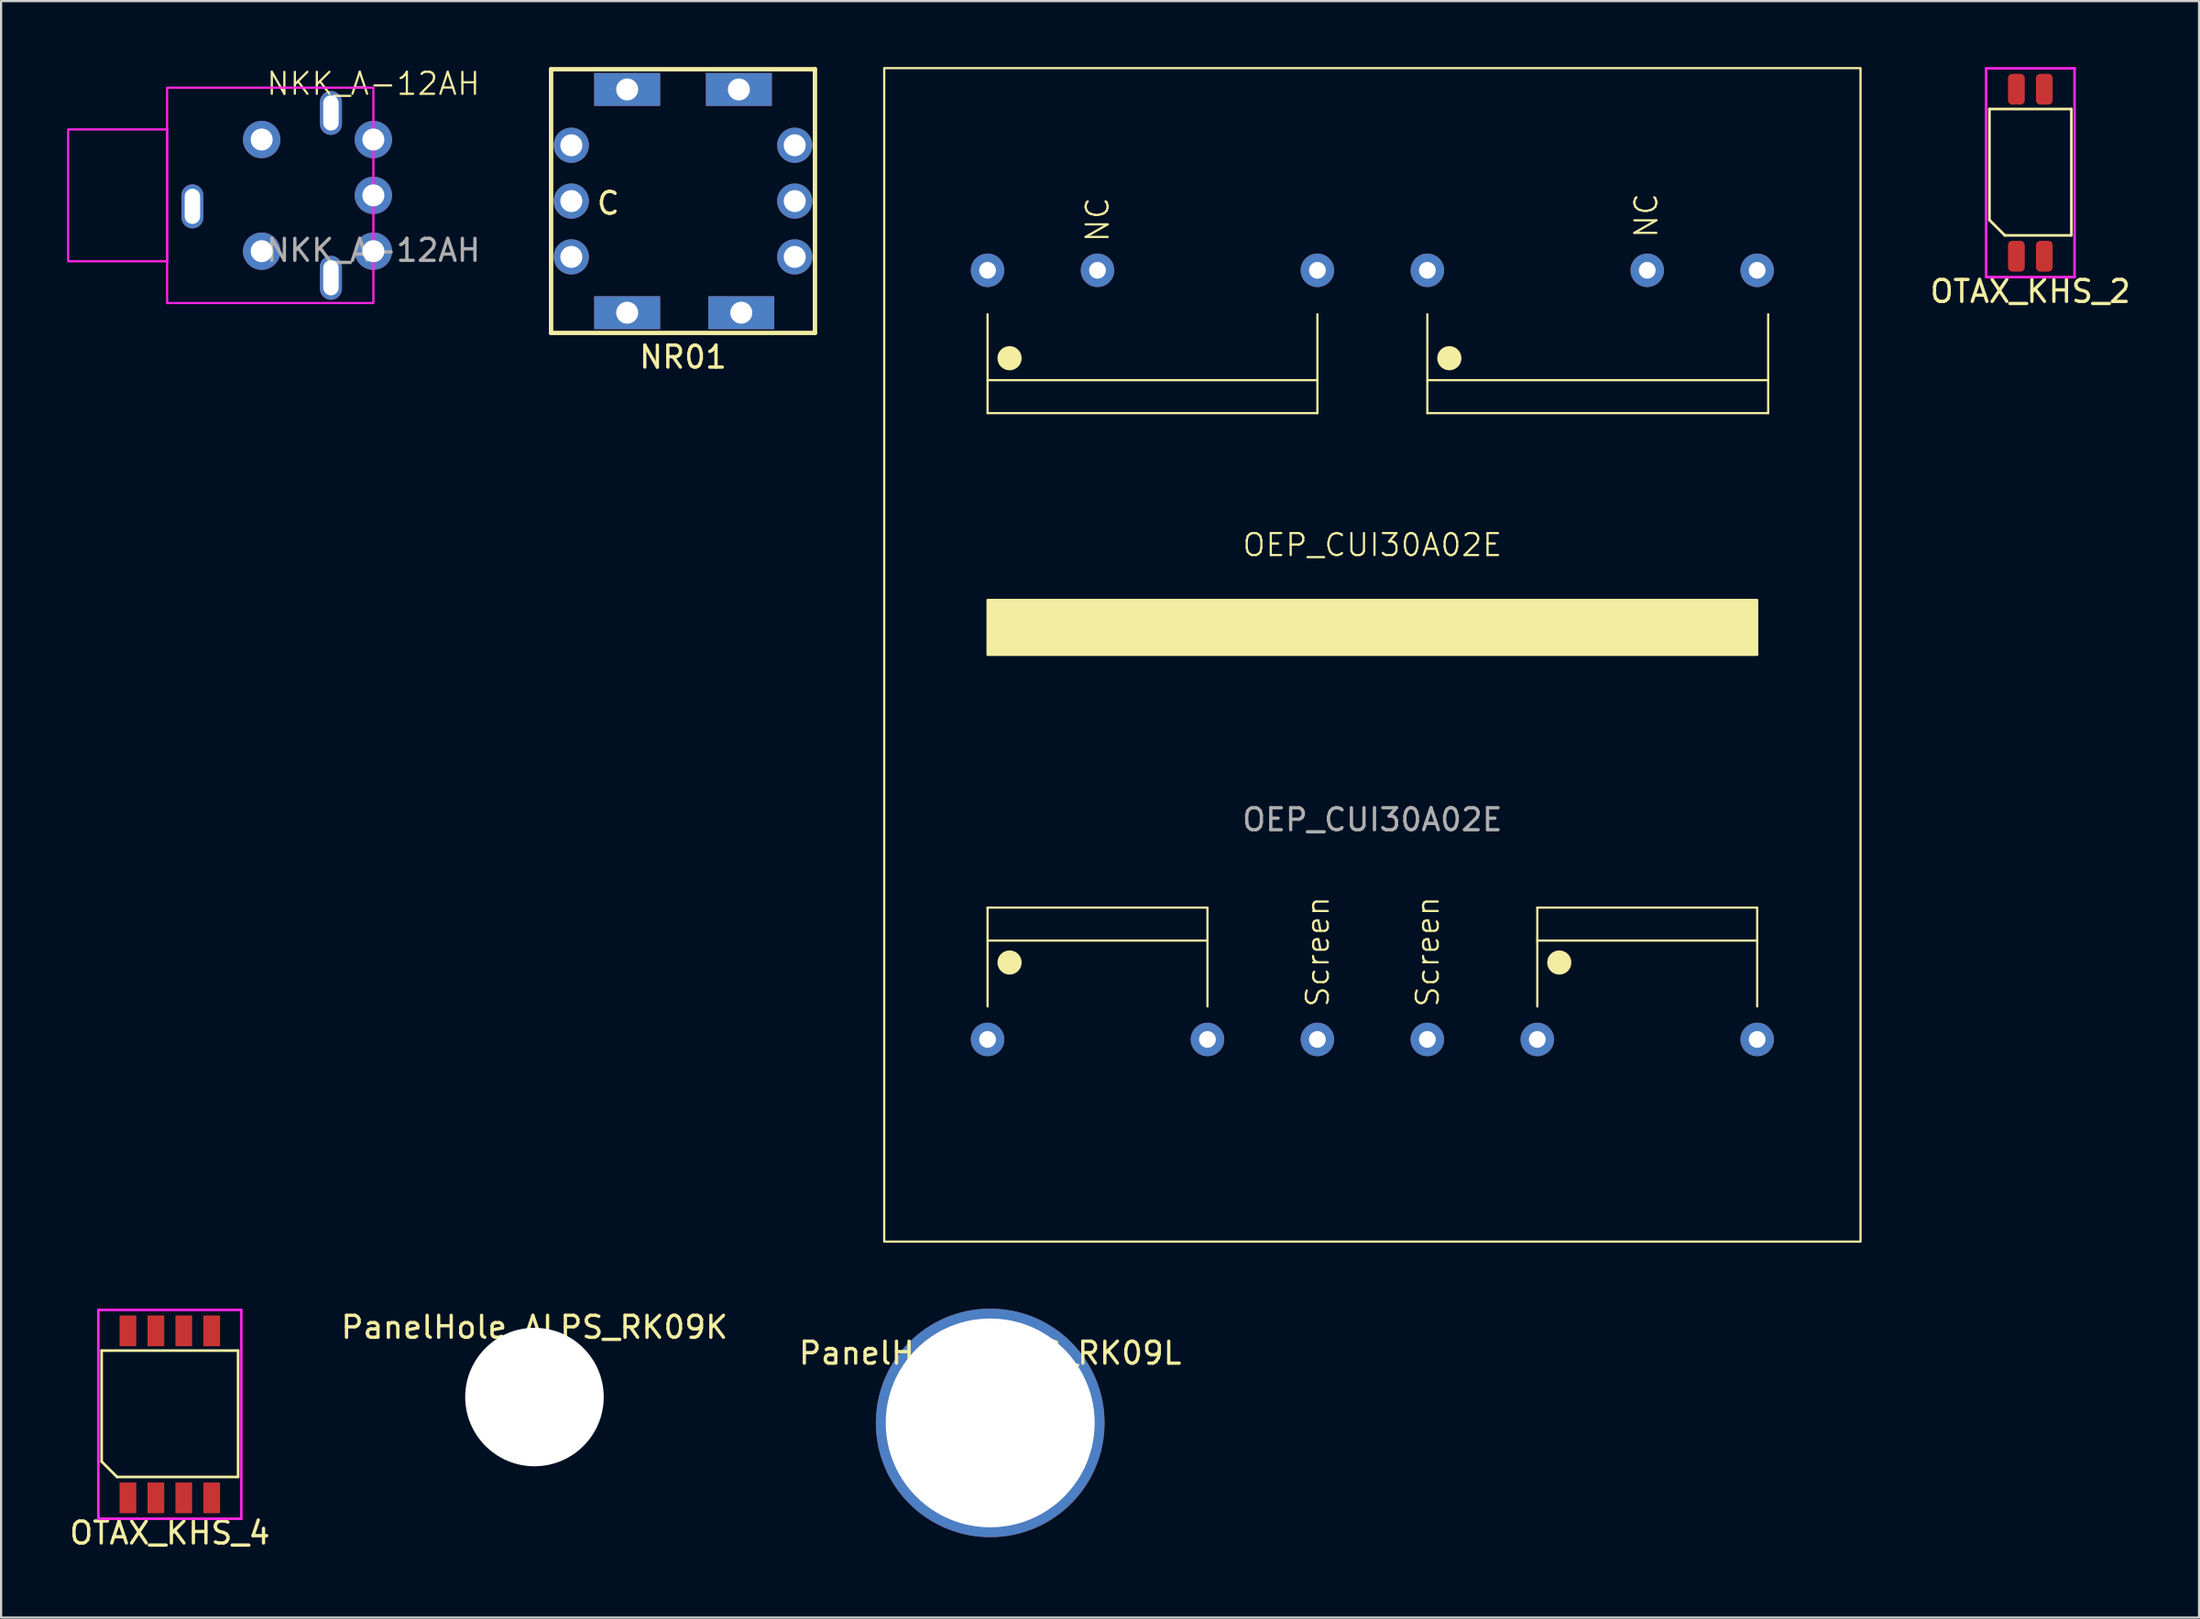
<source format=kicad_pcb>
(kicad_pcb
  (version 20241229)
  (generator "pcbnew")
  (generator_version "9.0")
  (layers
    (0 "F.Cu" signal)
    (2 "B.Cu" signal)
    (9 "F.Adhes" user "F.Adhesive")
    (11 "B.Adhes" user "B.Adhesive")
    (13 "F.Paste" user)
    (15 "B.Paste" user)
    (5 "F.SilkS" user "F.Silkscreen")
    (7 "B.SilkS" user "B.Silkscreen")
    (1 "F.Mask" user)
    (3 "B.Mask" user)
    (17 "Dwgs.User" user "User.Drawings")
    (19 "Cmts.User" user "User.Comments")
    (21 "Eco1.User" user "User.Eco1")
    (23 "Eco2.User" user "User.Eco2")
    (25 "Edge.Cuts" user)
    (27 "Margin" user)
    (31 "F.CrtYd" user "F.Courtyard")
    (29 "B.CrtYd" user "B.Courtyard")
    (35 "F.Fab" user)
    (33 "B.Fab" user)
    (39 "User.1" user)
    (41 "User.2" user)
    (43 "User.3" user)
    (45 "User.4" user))
  (footprint "OEP_CUI30A02E"
    (layer "F.Cu")
    (at 59.362 26.75)
    (property "Reference" "OEP_CUI30A02E" (at 0 -5 0) (unlocked yes) (layer "F.SilkS") (effects (font (size 1 1) (thickness 0.1))))
    (attr through_hole)
    (fp_line (start -17.5 -11) (end -17.5 -15.5) (stroke (width 0.1) (type solid)) (layer "F.SilkS"))
    (fp_line (start -17.5 11.5) (end -7.5 11.5) (stroke (width 0.1) (type solid)) (layer "F.SilkS"))
    (fp_line (start -17.5 13) (end -7.5 13) (stroke (width 0.1) (type solid)) (layer "F.SilkS"))
    (fp_line (start -17.5 16) (end -17.5 11.5) (stroke (width 0.1) (type solid)) (layer "F.SilkS"))
    (fp_line (start -7.5 11.5) (end -7.5 16) (stroke (width 0.1) (type solid)) (layer "F.SilkS"))
    (fp_line (start -2.5 -15.5) (end -2.5 -11) (stroke (width 0.1) (type solid)) (layer "F.SilkS"))
    (fp_line (start -2.5 -12.5) (end -17.5 -12.5) (stroke (width 0.1) (type solid)) (layer "F.SilkS"))
    (fp_line (start -2.5 -11) (end -17.5 -11) (stroke (width 0.1) (type solid)) (layer "F.SilkS"))
    (fp_line (start 2.5 -15.5) (end 2.5 -11) (stroke (width 0.1) (type solid)) (layer "F.SilkS"))
    (fp_line (start 2.5 -12.5) (end 18 -12.5) (stroke (width 0.1) (type solid)) (layer "F.SilkS"))
    (fp_line (start 2.5 -11) (end 18 -11) (stroke (width 0.1) (type solid)) (layer "F.SilkS"))
    (fp_line (start 7.5 11.5) (end 17.5 11.5) (stroke (width 0.1) (type solid)) (layer "F.SilkS"))
    (fp_line (start 7.5 13) (end 17.5 13) (stroke (width 0.1) (type solid)) (layer "F.SilkS"))
    (fp_line (start 7.5 16) (end 7.5 11.5) (stroke (width 0.1) (type solid)) (layer "F.SilkS"))
    (fp_line (start 17.5 11.5) (end 17.5 16) (stroke (width 0.1) (type solid)) (layer "F.SilkS"))
    (fp_line (start 18 -11) (end 18 -15.5) (stroke (width 0.1) (type solid)) (layer "F.SilkS"))
    (fp_rect (start -22.2 -26.7) (end 22.2 26.7) (stroke (width 0.1) (type default)) (fill no) (layer "F.SilkS"))
    (fp_rect (start -17.5 -2.5) (end 17.5 0) (stroke (width 0.1) (type solid)) (fill yes) (layer "F.SilkS"))
    (fp_circle (center -16.5 -13.5) (end -16 -13.5) (stroke (width 0.1) (type solid)) (fill yes) (layer "F.SilkS"))
    (fp_circle (center -16.5 14) (end -16 14) (stroke (width 0.1) (type solid)) (fill yes) (layer "F.SilkS"))
    (fp_circle (center 3.5 -13.5) (end 4 -13.5) (stroke (width 0.1) (type solid)) (fill yes) (layer "F.SilkS"))
    (fp_circle (center 8.5 14) (end 9 14) (stroke (width 0.1) (type solid)) (fill yes) (layer "F.SilkS"))
    (fp_text user "NC" (at -11.912 -18.715 90) (unlocked yes) (layer "F.SilkS") (effects (font (size 1 1) (thickness 0.1)) (justify left bottom)))
    (fp_text user "Screen" (at -1.9 16.1 90) (unlocked yes) (layer "F.SilkS") (effects (font (size 1 1) (thickness 0.1)) (justify left bottom)))
    (fp_text user "NC" (at 13.042 -18.9 90) (unlocked yes) (layer "F.SilkS") (effects (font (size 1 1) (thickness 0.1)) (justify left bottom)))
    (fp_text user "Screen" (at 3.1 16.1 90) (unlocked yes) (layer "F.SilkS") (effects (font (size 1 1) (thickness 0.1)) (justify left bottom)))
    (fp_text user "${REFERENCE}" (at 0 7.5 0) (unlocked yes) (layer "F.Fab") (effects (font (size 1 1) (thickness 0.15))))
    (pad "1" thru_hole circle (at -17.5 17.5) (size 1.524 1.524) (drill 0.762) (layers "*.Cu" "*.Mask"))
    (pad "3" thru_hole circle (at -7.5 17.5) (size 1.524 1.524) (drill 0.762) (layers "*.Cu" "*.Mask"))
    (pad "4" thru_hole circle (at -2.5 17.5) (size 1.524 1.524) (drill 0.762) (layers "*.Cu" "*.Mask"))
    (pad "5" thru_hole circle (at 2.5 17.5) (size 1.524 1.524) (drill 0.762) (layers "*.Cu" "*.Mask"))
    (pad "6" thru_hole circle (at 7.5 17.5) (size 1.524 1.524) (drill 0.762) (layers "*.Cu" "*.Mask"))
    (pad "8" thru_hole circle (at 17.5 17.5) (size 1.524 1.524) (drill 0.762) (layers "*.Cu" "*.Mask"))
    (pad "9" thru_hole circle (at 17.5 -17.5) (size 1.524 1.524) (drill 0.762) (layers "*.Cu" "*.Mask"))
    (pad "10" thru_hole circle (at 12.5 -17.5) (size 1.524 1.524) (drill 0.762) (layers "*.Cu" "*.Mask"))
    (pad "12" thru_hole circle (at 2.5 -17.5) (size 1.524 1.524) (drill 0.762) (layers "*.Cu" "*.Mask"))
    (pad "13" thru_hole circle (at -2.5 -17.5) (size 1.524 1.524) (drill 0.762) (layers "*.Cu" "*.Mask"))
    (pad "15" thru_hole circle (at -12.5 -17.5) (size 1.524 1.524) (drill 0.762) (layers "*.Cu" "*.Mask"))
    (pad "16" thru_hole circle (at -17.5 -17.5) (size 1.524 1.524) (drill 0.762) (layers "*.Cu" "*.Mask")))
  (footprint "NR01"
    (layer "F.Cu")
    (at 28.012 6.1)
    (property "Reference" "NR01" (at 0 7.1 0) (layer "F.SilkS") (effects (font (size 1 1) (thickness 0.15))))
    (attr through_hole)
    (fp_line (start -6 -6) (end -6 6) (stroke (width 0.2) (type solid)) (layer "F.SilkS"))
    (fp_line (start -6 6) (end 6 6) (stroke (width 0.2) (type solid)) (layer "F.SilkS"))
    (fp_line (start 6 -6) (end -6 -6) (stroke (width 0.2) (type solid)) (layer "F.SilkS"))
    (fp_line (start 6 6) (end 6 -6) (stroke (width 0.2) (type solid)) (layer "F.SilkS"))
    (fp_text user "C" (at -3.4 0.1 0) (layer "F.SilkS") (effects (font (size 1 1) (thickness 0.15))))
    (pad "" thru_hole rect (at -2.54 -5.08) (size 3 1.5) (drill 1) (layers "*.Cu" "*.Mask"))
    (pad "" thru_hole rect (at -2.54 5.08) (size 3 1.5) (drill 1) (layers "*.Cu" "*.Mask"))
    (pad "" thru_hole rect (at 2.54 -5.08) (size 3 1.5) (drill 1) (layers "*.Cu" "*.Mask"))
    (pad "" thru_hole rect (at 2.65 5.08) (size 3 1.5) (drill 1) (layers "*.Cu" "*.Mask"))
    (pad "1" thru_hole circle (at -5.08 -2.54) (size 1.6 1.6) (drill 1) (layers "*.Cu" "*.Mask"))
    (pad "2" thru_hole circle (at 5.08 -2.54) (size 1.6 1.6) (drill 1) (layers "*.Cu" "*.Mask"))
    (pad "3" thru_hole circle (at -5.08 0) (size 1.6 1.6) (drill 1) (layers "*.Cu" "*.Mask"))
    (pad "4" thru_hole circle (at 5.08 0) (size 1.6 1.6) (drill 1) (layers "*.Cu" "*.Mask"))
    (pad "5" thru_hole circle (at -5.08 2.54) (size 1.6 1.6) (drill 1) (layers "*.Cu" "*.Mask"))
    (pad "6" thru_hole circle (at 5.08 2.54) (size 1.6 1.6) (drill 1) (layers "*.Cu" "*.Mask")))
  (footprint "PanelHole_ALPS_RK09L"
    (layer "F.Cu")
    (at 41.982 61.7)
    (property "Reference" "PanelHole_ALPS_RK09L" (at 0 -3.175 0) (layer "F.SilkS") (effects (font (size 1 1) (thickness 0.15))))
    (attr through_hole)
    (fp_circle (center 0 0) (end 2.159 0) (stroke (width 0.05) (type solid)) (fill no) (layer "F.CrtYd"))
    (pad "1" thru_hole circle (at 0 0) (size 10.4 10.4) (drill 9.5) (layers "*.Cu" "*.Mask")))
  (footprint "OTAX_KHS_2"
    (layer "F.Cu")
    (at 89.285 4.81)
    (property "Reference" "OTAX_KHS_2" (at 0 5.4 0) (layer "F.SilkS") (effects (font (size 1 1) (thickness 0.15))))
    (attr smd)
    (fp_line (start -1.86 -2.9) (end -1.86 2.15) (stroke (width 0.12) (type solid)) (layer "F.SilkS"))
    (fp_line (start -1.86 -2.9) (end 1.86 -2.9) (stroke (width 0.12) (type solid)) (layer "F.SilkS"))
    (fp_line (start -1.86 2.15) (end -1.16 2.85) (stroke (width 0.12) (type solid)) (layer "F.SilkS"))
    (fp_line (start -1.16 2.85) (end 1.86 2.85) (stroke (width 0.12) (type solid)) (layer "F.SilkS"))
    (fp_line (start 1.865 -2.9) (end 1.865 2.85) (stroke (width 0.12) (type solid)) (layer "F.SilkS"))
    (fp_line (start -2.01 -4.75) (end -2.01 4.75) (stroke (width 0.12) (type solid)) (layer "F.CrtYd"))
    (fp_line (start -2.01 -4.75) (end 2.01 -4.75) (stroke (width 0.12) (type solid)) (layer "F.CrtYd"))
    (fp_line (start -2.01 4.75) (end 2.01 4.75) (stroke (width 0.12) (type solid)) (layer "F.CrtYd"))
    (fp_line (start 2.01 -4.75) (end 2.01 4.75) (stroke (width 0.12) (type solid)) (layer "F.CrtYd"))
    (pad "1" smd roundrect (at -0.635 3.8) (size 0.76 1.4) (layers "F.Cu" "F.Mask" "F.Paste") (roundrect_rratio 0.25))
    (pad "2" smd roundrect (at 0.635 3.8) (size 0.76 1.4) (layers "F.Cu" "F.Mask" "F.Paste") (roundrect_rratio 0.25))
    (pad "3" smd roundrect (at 0.635 -3.8) (size 0.76 1.4) (layers "F.Cu" "F.Mask" "F.Paste") (roundrect_rratio 0.25))
    (pad "4" smd roundrect (at -0.635 -3.8) (size 0.76 1.4) (layers "F.Cu" "F.Mask" "F.Paste") (roundrect_rratio 0.25)))
  (footprint "OTAX_KHS_4"
    (layer "F.Cu")
    (at 4.673 61.31)
    (property "Reference" "OTAX_KHS_4" (at 0 5.4 0) (layer "F.SilkS") (effects (font (size 1 1) (thickness 0.15))))
    (attr smd)
    (fp_line (start -3.1 -2.9) (end -3.1 2.15) (stroke (width 0.12) (type solid)) (layer "F.SilkS"))
    (fp_line (start -3.1 -2.9) (end 3.1 -2.9) (stroke (width 0.12) (type solid)) (layer "F.SilkS"))
    (fp_line (start -3.1 2.15) (end -2.4 2.85) (stroke (width 0.12) (type solid)) (layer "F.SilkS"))
    (fp_line (start -2.4 2.85) (end 3.1 2.85) (stroke (width 0.12) (type solid)) (layer "F.SilkS"))
    (fp_line (start 3.105 -2.9) (end 3.105 2.85) (stroke (width 0.12) (type solid)) (layer "F.SilkS"))
    (fp_line (start -3.25 -4.75) (end -3.25 4.75) (stroke (width 0.12) (type solid)) (layer "F.CrtYd"))
    (fp_line (start -3.25 -4.75) (end 3.25 -4.75) (stroke (width 0.12) (type solid)) (layer "F.CrtYd"))
    (fp_line (start -3.25 4.75) (end 3.25 4.75) (stroke (width 0.12) (type solid)) (layer "F.CrtYd"))
    (fp_line (start 3.25 -4.75) (end 3.25 4.75) (stroke (width 0.12) (type solid)) (layer "F.CrtYd"))
    (pad "1" smd rect (at -1.905 3.8) (size 0.76 1.4) (layers "F.Cu" "F.Mask" "F.Paste"))
    (pad "2" smd rect (at -0.635 3.8) (size 0.76 1.4) (layers "F.Cu" "F.Mask" "F.Paste"))
    (pad "3" smd rect (at 0.635 3.8) (size 0.76 1.4) (layers "F.Cu" "F.Mask" "F.Paste"))
    (pad "4" smd rect (at 1.905 3.8) (size 0.76 1.4) (layers "F.Cu" "F.Mask" "F.Paste"))
    (pad "5" smd rect (at 1.905 -3.8) (size 0.76 1.4) (layers "F.Cu" "F.Mask" "F.Paste"))
    (pad "6" smd rect (at 0.635 -3.8) (size 0.76 1.4) (layers "F.Cu" "F.Mask" "F.Paste"))
    (pad "7" smd rect (at -0.635 -3.8) (size 0.76 1.4) (layers "F.Cu" "F.Mask" "F.Paste"))
    (pad "8" smd rect (at -1.905 -3.8) (size 0.76 1.4) (layers "F.Cu" "F.Mask" "F.Paste")))
  (footprint "NKK_A-12AH"
    (layer "F.Cu")
    (at 13.93 5.84)
    (property "Reference" "NKK_A-12AH" (at 0 -5.08 0) (unlocked yes) (layer "F.SilkS") (effects (font (size 1 1) (thickness 0.1))))
    (attr smd)
    (fp_rect (start -13.88 -3) (end -9.38 3) (stroke (width 0.1) (type default)) (fill no) (layer "F.CrtYd"))
    (fp_rect (start -9.38 -4.9) (end 0 4.9) (stroke (width 0.1) (type default)) (fill no) (layer "F.CrtYd"))
    (fp_text user "${REFERENCE}" (at 0 2.5 0) (unlocked yes) (layer "F.Fab") (effects (font (size 1 1) (thickness 0.15))))
    (pad "" np_thru_hole oval (at -8.23 0.5 90) (size 2 1) (drill oval 1.6 0.7) (layers "*.Cu" "*.Mask"))
    (pad "" np_thru_hole circle (at -5.08 -2.54 90) (size 1.7 1.7) (drill 1) (layers "*.Cu" "*.Mask"))
    (pad "" np_thru_hole circle (at -5.08 2.54 90) (size 1.7 1.7) (drill 1) (layers "*.Cu" "*.Mask"))
    (pad "" np_thru_hole oval (at -1.93 -3.75 90) (size 2 1) (drill oval 1.6 0.7) (layers "*.Cu" "*.Mask"))
    (pad "" np_thru_hole oval (at -1.93 3.75 90) (size 2 1) (drill oval 1.6 0.7) (layers "*.Cu" "*.Mask"))
    (pad "1" thru_hole circle (at 0 -2.54 90) (size 1.7 1.7) (drill 1) (layers "*.Cu" "*.Mask"))
    (pad "2" thru_hole circle (at 0 0 90) (size 1.7 1.7) (drill 1) (layers "*.Cu" "*.Mask"))
    (pad "3" thru_hole circle (at 0 2.54 90) (size 1.7 1.7) (drill 1) (layers "*.Cu" "*.Mask")))
  (footprint "PanelHole_ALPS_RK09K"
    (layer "F.Cu")
    (at 21.256 60.523)
    (property "Reference" "PanelHole_ALPS_RK09K" (at 0 -3.175 0) (layer "F.SilkS") (effects (font (size 1 1) (thickness 0.15))))
    (attr through_hole)
    (fp_circle (center 0 0) (end 2.159 0) (stroke (width 0.05) (type solid)) (fill no) (layer "F.CrtYd"))
    (pad "" np_thru_hole circle (at 0 0) (size 6.3 6.3) (drill 6.3) (layers "*.Cu" "*.Mask")))
  (gr_rect
    (start -3 -3)
    (end 96.957 70.558)
    (stroke (width 0.1) (type default))
    (fill no)
    (layer "Edge.Cuts")))
</source>
